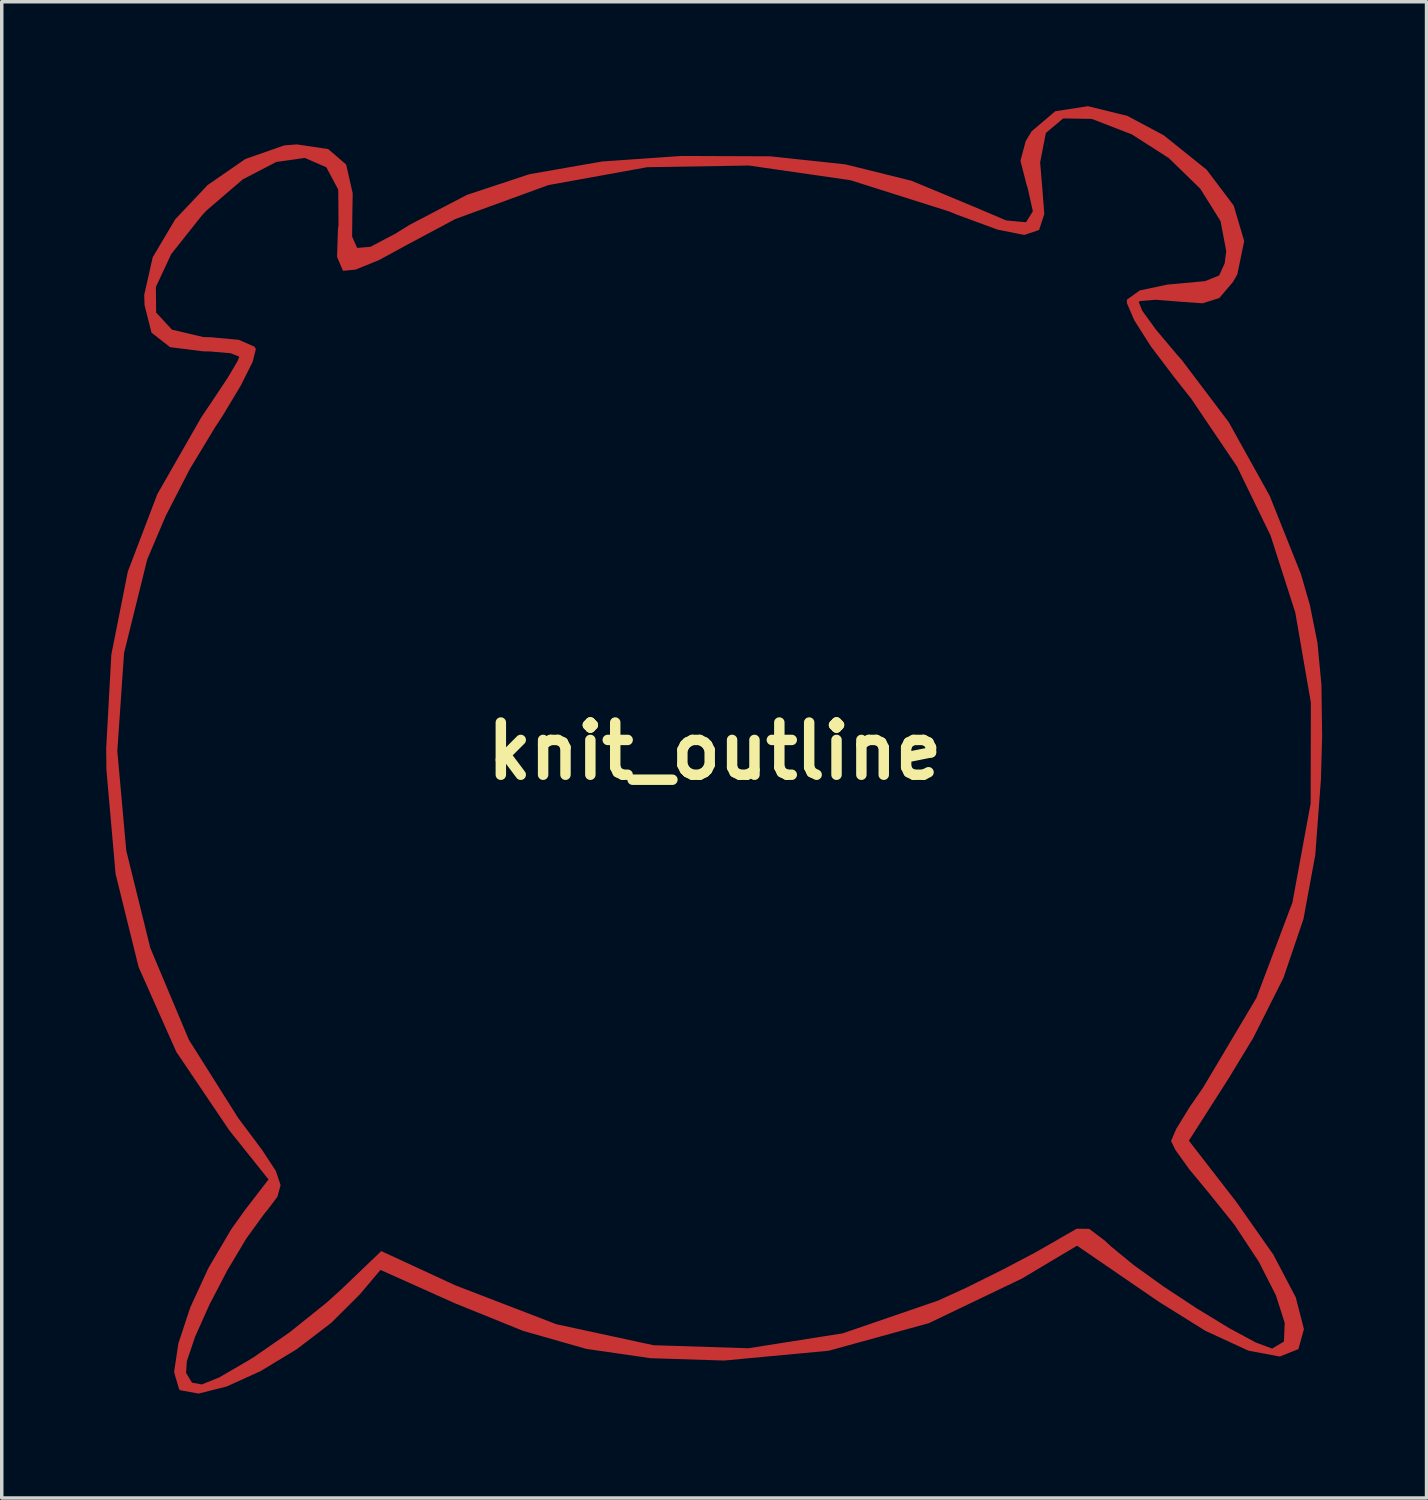
<source format=kicad_pcb>
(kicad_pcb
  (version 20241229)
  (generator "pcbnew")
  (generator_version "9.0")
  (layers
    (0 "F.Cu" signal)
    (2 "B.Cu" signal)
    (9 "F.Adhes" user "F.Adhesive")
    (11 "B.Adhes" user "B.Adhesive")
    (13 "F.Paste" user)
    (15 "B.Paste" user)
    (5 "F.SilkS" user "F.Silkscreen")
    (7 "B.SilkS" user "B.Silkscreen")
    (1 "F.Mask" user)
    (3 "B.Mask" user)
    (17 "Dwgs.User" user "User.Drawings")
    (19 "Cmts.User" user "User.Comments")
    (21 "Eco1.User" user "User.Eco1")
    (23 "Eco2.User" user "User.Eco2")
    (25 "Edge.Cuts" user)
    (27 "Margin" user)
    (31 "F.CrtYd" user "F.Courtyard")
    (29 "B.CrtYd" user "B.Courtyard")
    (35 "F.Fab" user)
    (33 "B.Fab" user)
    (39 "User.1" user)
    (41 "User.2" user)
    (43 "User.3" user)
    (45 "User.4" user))
  (footprint "knit_outline"
    (layer "F.Cu")
    (at 17.48 18.527)
    (property "Reference" "knit_outline" (at 0 0 0) (layer "F.SilkS") (effects (font (size 1.5 1.5) (thickness 0.3))))
    (attr board_only exclude_from_pos_files exclude_from_bom)
    (fp_poly (pts (xy 11.855 -18.248) (xy 12.901 -17.69) (xy 14.131 -16.703) (xy 14.909 -15.673) (xy 15.211 -14.652) (xy 15.013 -13.693) (xy 14.888 -13.477) (xy 14.495 -13.015) (xy 14.014 -12.864) (xy 13.373 -12.91) (xy 12.666 -12.966) (xy 12.225 -12.931) (xy 12.181 -12.907) (xy 12.28 -12.654) (xy 12.672 -12.113) (xy 13.277 -11.393) (xy 13.409 -11.246) (xy 14.763 -9.456) (xy 15.943 -7.335) (xy 16.841 -5.087) (xy 17.098 -4.197) (xy 17.316 -3.112) (xy 17.43 -1.903) (xy 17.45 -0.416) (xy 17.416 0.802) (xy 17.253 2.983) (xy 16.913 4.825) (xy 16.338 6.515) (xy 15.47 8.239) (xy 14.756 9.414) (xy 13.622 11.19) (xy 14.977 12.939) (xy 16.048 14.463) (xy 16.693 15.692) (xy 16.927 16.604) (xy 16.768 17.178) (xy 16.233 17.391) (xy 15.337 17.224) (xy 14.097 16.653) (xy 12.759 15.818) (xy 10.41 14.207) (xy 8.824 15.152) (xy 6.151 16.433) (xy 3.278 17.224) (xy 0.274 17.506) (xy 0.273 17.506) (xy -1.841 17.439) (xy -3.69 17.171) (xy -5.504 16.654) (xy -7.463 15.861) (xy -9.6 14.903) (xy -10.194 15.606) (xy -11.016 16.425) (xy -12.001 17.178) (xy -13.038 17.806) (xy -14.016 18.251) (xy -14.824 18.455) (xy -15.35 18.36) (xy -15.386 18.329) (xy -15.529 17.839) (xy -15.407 17.018) (xy -15.065 15.982) (xy -14.543 14.848) (xy -13.886 13.733) (xy -13.491 13.18) (xy -12.816 12.304) (xy -13.941 10.897) (xy -15.467 8.636) (xy -16.549 6.202) (xy -17.21 3.525) (xy -17.473 0.535) (xy -17.479 -0.004) (xy -17.16 -0.004) (xy -16.903 2.856) (xy -16.212 5.655) (xy -15.105 8.29) (xy -13.691 10.534) (xy -13.003 11.454) (xy -12.607 12.058) (xy -12.47 12.467) (xy -12.56 12.8) (xy -12.843 13.176) (xy -12.935 13.285) (xy -13.452 13.998) (xy -14.001 14.916) (xy -14.513 15.9) (xy -14.923 16.816) (xy -15.163 17.526) (xy -15.185 17.862) (xy -15.014 18.142) (xy -14.732 18.193) (xy -14.23 17.99) (xy -13.402 17.508) (xy -13.231 17.403) (xy -12.209 16.694) (xy -11.156 15.85) (xy -10.729 15.465) (xy -9.578 14.362) (xy -7.452 15.345) (xy -4.548 16.463) (xy -1.757 17.066) (xy 0.968 17.153) (xy 3.678 16.725) (xy 6.421 15.783) (xy 7.238 15.409) (xy 8.272 14.895) (xy 9.208 14.403) (xy 9.855 14.033) (xy 9.893 14.009) (xy 10.4 13.719) (xy 10.758 13.723) (xy 11.2 14.056) (xy 11.395 14.236) (xy 12.04 14.766) (xy 12.907 15.388) (xy 13.867 16.02) (xy 14.788 16.58) (xy 15.543 16.987) (xy 16 17.158) (xy 16.02 17.159) (xy 16.352 16.961) (xy 16.375 16.425) (xy 16.122 15.632) (xy 15.628 14.663) (xy 14.926 13.6) (xy 14.209 12.708) (xy 13.629 12.006) (xy 13.231 11.451) (xy 13.11 11.198) (xy 13.257 10.856) (xy 13.639 10.232) (xy 14.033 9.661) (xy 15.562 7.089) (xy 16.596 4.349) (xy 17.12 1.501) (xy 17.126 -1.395) (xy 16.678 -3.984) (xy 15.968 -6.194) (xy 15.005 -8.175) (xy 13.686 -10.127) (xy 13.19 -10.755) (xy 12.528 -11.63) (xy 12.055 -12.374) (xy 11.841 -12.869) (xy 11.842 -12.969) (xy 12.211 -13.234) (xy 13.006 -13.402) (xy 13.3 -13.428) (xy 14.092 -13.502) (xy 14.491 -13.663) (xy 14.65 -14.012) (xy 14.695 -14.362) (xy 14.532 -15.224) (xy 13.951 -16.154) (xy 13.047 -17.035) (xy 11.986 -17.715) (xy 10.835 -18.161) (xy 10.01 -18.175) (xy 9.514 -17.758) (xy 9.349 -16.913) (xy 9.408 -16.213) (xy 9.469 -15.427) (xy 9.319 -14.971) (xy 8.894 -14.828) (xy 8.128 -14.98) (xy 6.957 -15.411) (xy 6.736 -15.502) (xy 3.902 -16.4) (xy 0.982 -16.822) (xy -1.939 -16.774) (xy -4.777 -16.26) (xy -7.448 -15.286) (xy -8.808 -14.56) (xy -9.643 -14.106) (xy -10.316 -13.832) (xy -10.677 -13.797) (xy -10.848 -14.196) (xy -10.821 -15) (xy -10.805 -15.114) (xy -10.813 -16.129) (xy -11.157 -16.773) (xy -11.772 -17.04) (xy -12.593 -16.925) (xy -13.556 -16.424) (xy -14.596 -15.532) (xy -14.717 -15.404) (xy -15.61 -14.28) (xy -16.052 -13.334) (xy -16.044 -12.598) (xy -15.591 -12.108) (xy -14.693 -11.895) (xy -14.466 -11.889) (xy -13.671 -11.815) (xy -13.221 -11.619) (xy -13.18 -11.553) (xy -13.27 -11.188) (xy -13.61 -10.507) (xy -14.134 -9.634) (xy -14.351 -9.304) (xy -15.077 -8.104) (xy -15.769 -6.758) (xy -16.284 -5.547) (xy -16.305 -5.49) (xy -16.966 -2.82) (xy -17.16 -0.004) (xy -17.479 -0.004) (xy -17.48 -0.072) (xy -17.332 -2.772) (xy -16.858 -5.158) (xy -16.011 -7.381) (xy -14.747 -9.59) (xy -14.439 -10.047) (xy -13.991 -10.721) (xy -13.707 -11.201) (xy -13.656 -11.33) (xy -13.898 -11.429) (xy -14.498 -11.481) (xy -14.694 -11.484) (xy -15.643 -11.604) (xy -16.177 -12.019) (xy -16.378 -12.811) (xy -16.387 -13.107) (xy -16.143 -14.187) (xy -15.495 -15.279) (xy -14.567 -16.26) (xy -13.484 -17.008) (xy -12.37 -17.399) (xy -12.002 -17.429) (xy -11.102 -17.295) (xy -10.586 -16.85) (xy -10.398 -16.022) (xy -10.408 -15.483) (xy -10.415 -14.781) (xy -10.27 -14.455) (xy -9.887 -14.488) (xy -9.18 -14.861) (xy -8.75 -15.126) (xy -7.117 -15.979) (xy -5.322 -16.573) (xy -3.241 -16.937) (xy -0.956 -17.097) (xy 1.591 -17.087) (xy 3.753 -16.856) (xy 5.655 -16.384) (xy 7.41 -15.654) (xy 8.374 -15.245) (xy 8.944 -15.193) (xy 9.14 -15.508) (xy 8.986 -16.199) (xy 8.961 -16.264) (xy 8.784 -16.957) (xy 8.934 -17.523) (xy 9.106 -17.807) (xy 9.783 -18.381) (xy 10.722 -18.527)) (stroke (width 0) (type solid)) (fill yes) (layer "F.Cu")))
  (gr_rect
    (start -3 -3)
    (end 37.929 39.982)
    (stroke (width 0.1) (type default))
    (fill no)
    (layer "Edge.Cuts")))
</source>
